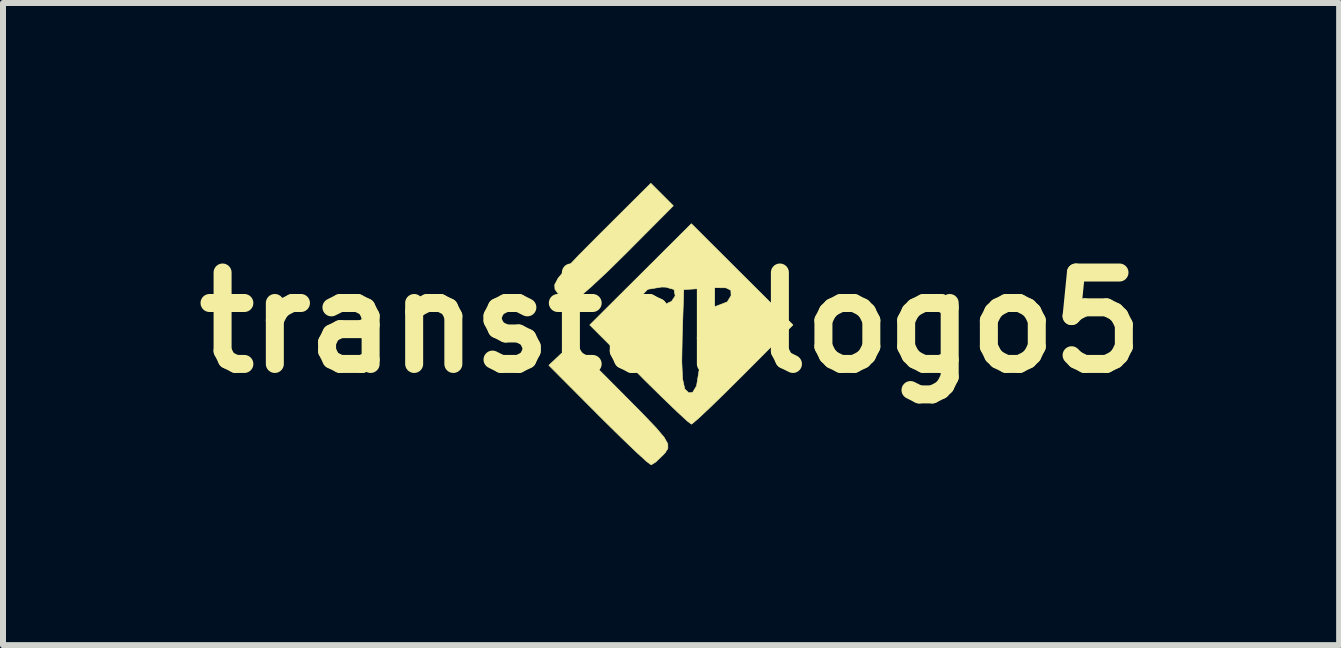
<source format=kicad_pcb>
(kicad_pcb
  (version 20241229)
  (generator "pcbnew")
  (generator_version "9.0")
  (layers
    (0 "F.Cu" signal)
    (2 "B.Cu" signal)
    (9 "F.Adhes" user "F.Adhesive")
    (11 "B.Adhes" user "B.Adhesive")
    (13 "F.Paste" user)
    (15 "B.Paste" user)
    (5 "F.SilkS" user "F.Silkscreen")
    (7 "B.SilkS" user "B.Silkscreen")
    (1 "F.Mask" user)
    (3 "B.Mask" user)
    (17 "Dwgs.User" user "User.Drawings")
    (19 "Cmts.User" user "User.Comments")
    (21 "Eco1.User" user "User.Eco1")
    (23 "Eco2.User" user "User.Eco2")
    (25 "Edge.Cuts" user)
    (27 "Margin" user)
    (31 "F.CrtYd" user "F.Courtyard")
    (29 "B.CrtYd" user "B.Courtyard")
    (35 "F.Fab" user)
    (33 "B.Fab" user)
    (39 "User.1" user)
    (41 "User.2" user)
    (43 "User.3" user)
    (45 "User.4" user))
  (footprint "transtaklogo5"
    (layer "F.Cu")
    (at 8.135 2.327)
    (property "Reference" "transtaklogo5" (at 0 0 0) (layer "F.SilkS") (effects (font (size 1.524 1.524) (thickness 0.3))))
    (attr through_hole)
    (fp_poly (pts (xy 0.038 -1.947) (xy -0.762 -1.143) (xy -1.064 -0.846) (xy -1.329 -0.599) (xy -1.531 -0.423) (xy -1.646 -0.342) (xy -1.657 -0.339) (xy -1.783 -0.396) (xy -1.889 -0.49) (xy -1.935 -0.557) (xy -1.939 -0.632) (xy -1.883 -0.738) (xy -1.754 -0.895) (xy -1.535 -1.126) (xy -1.212 -1.451) (xy -1.181 -1.482) (xy -0.337 -2.322) (xy 0.038 -1.947)) (stroke (width 0.01) (type solid)) (fill yes) (layer "F.SilkS"))
    (fp_poly (pts (xy -0.806 1.184) (xy -0.476 1.517) (xy -0.25 1.753) (xy -0.115 1.913) (xy -0.054 2.021) (xy -0.053 2.098) (xy -0.097 2.168) (xy -0.124 2.198) (xy -0.256 2.325) (xy -0.332 2.371) (xy -0.408 2.314) (xy -0.579 2.158) (xy -0.822 1.925) (xy -1.115 1.637) (xy -1.211 1.541) (xy -2.037 0.712) (xy -1.841 0.527) (xy -1.644 0.342) (xy -0.806 1.184)) (stroke (width 0.01) (type solid)) (fill yes) (layer "F.SilkS"))
    (fp_poly (pts (xy 1.185 -0.804) (xy 2.032 0.039) (xy 1.208 0.866) (xy 0.906 1.166) (xy 0.647 1.418) (xy 0.454 1.599) (xy 0.349 1.688) (xy 0.339 1.693) (xy 0.266 1.637) (xy 0.097 1.481) (xy -0.145 1.248) (xy -0.437 0.961) (xy -0.531 0.866) (xy -0.75 0.646) (xy 0.179 0.646) (xy 0.192 0.939) (xy 0.229 1.107) (xy 0.295 1.171) (xy 0.36 1.164) (xy 0.425 1.056) (xy 0.47 0.781) (xy 0.49 0.443) (xy 0.505 0.104) (xy 0.527 -0.101) (xy 0.569 -0.209) (xy 0.644 -0.254) (xy 0.743 -0.27) (xy 0.937 -0.345) (xy 1.001 -0.449) (xy 0.997 -0.54) (xy 0.914 -0.58) (xy 0.714 -0.582) (xy 0.621 -0.576) (xy 0.212 -0.55) (xy 0.187 0.205) (xy 0.179 0.646) (xy -0.75 0.646) (xy -1.355 0.039) (xy -0.861 -0.453) (xy -0.489 -0.453) (xy -0.463 -0.334) (xy -0.336 -0.266) (xy -0.152 -0.279) (xy 0.01 -0.355) (xy 0.069 -0.445) (xy 0.05 -0.552) (xy -0.088 -0.591) (xy -0.158 -0.593) (xy -0.388 -0.555) (xy -0.489 -0.453) (xy -0.861 -0.453) (xy -0.508 -0.804) (xy 0.339 -1.648) (xy 1.185 -0.804)) (stroke (width 0.01) (type solid)) (fill yes) (layer "F.SilkS")))
  (gr_rect
    (start -3 -3)
    (end 19.271 7.703)
    (stroke (width 0.1) (type default))
    (fill no)
    (layer "Edge.Cuts")))
</source>
